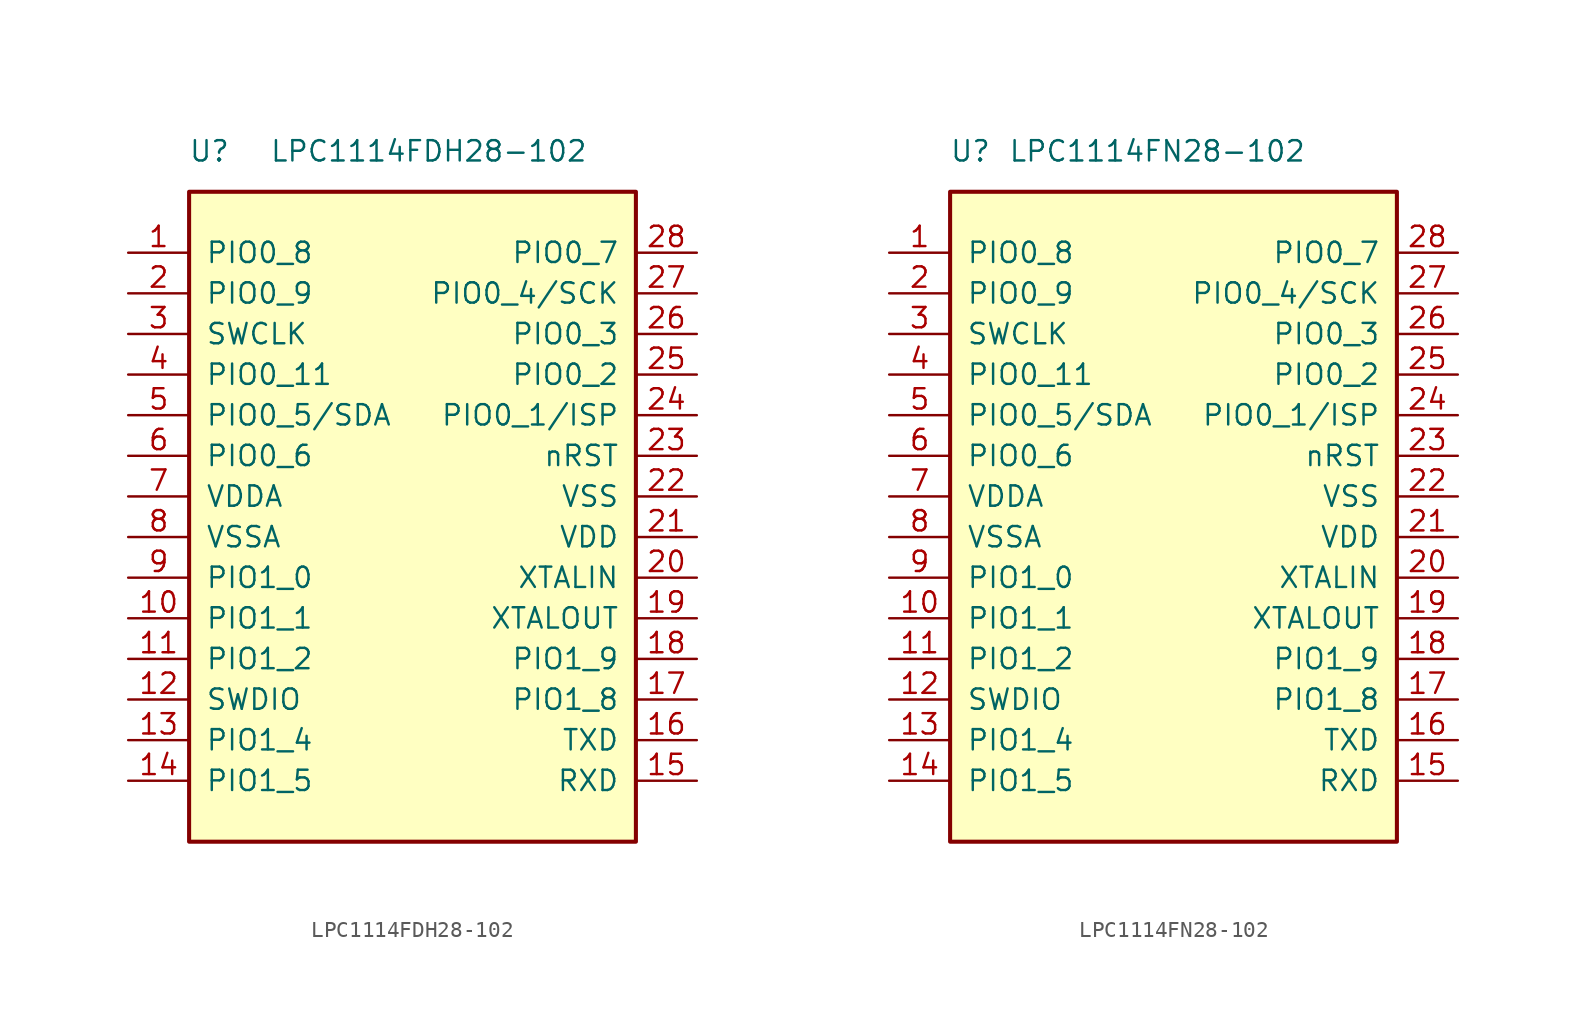
<source format=kicad_sym>
(kicad_symbol_lib
  (version 20241209)
  (generator "kicad_symbol_editor")
  (generator_version "9.0")
  (symbol "LPC1114FDH28-102"
    (pin_names
      (offset 1.016))
    (property "Reference" "U"
      (at -12.7 36.83 0)
      (effects (font (size 1.27 1.27))))
    (property "Value" "LPC1114FDH28-102"
      (at 1.016 36.83 0)
      (effects (font (size 1.27 1.27))))
    (symbol "LPC1114FDH28-102_0_1"
      (rectangle (start -13.97 34.29) (end 13.97 -6.35) (stroke (width 0.254) (type default)) (fill (type background))))
    (symbol "LPC1114FDH28-102_1_1"
      (pin bidirectional line (at -17.78 30.48 0) (length 3.81) (name "PIO0_8" (effects (font (size 1.27 1.27)))) (number "1" (effects (font (size 1.27 1.27)))))
      (pin bidirectional line (at -17.78 27.94 0) (length 3.81) (name "PIO0_9" (effects (font (size 1.27 1.27)))) (number "2" (effects (font (size 1.27 1.27)))))
      (pin bidirectional line (at -17.78 25.4 0) (length 3.81) (name "SWCLK" (effects (font (size 1.27 1.27)))) (number "3" (effects (font (size 1.27 1.27)))))
      (pin bidirectional line (at -17.78 22.86 0) (length 3.81) (name "PIO0_11" (effects (font (size 1.27 1.27)))) (number "4" (effects (font (size 1.27 1.27)))))
      (pin bidirectional line (at -17.78 20.32 0) (length 3.81) (name "PIO0_5/SDA" (effects (font (size 1.27 1.27)))) (number "5" (effects (font (size 1.27 1.27)))))
      (pin bidirectional line (at -17.78 17.78 0) (length 3.81) (name "PIO0_6" (effects (font (size 1.27 1.27)))) (number "6" (effects (font (size 1.27 1.27)))))
      (pin power_in line (at -17.78 15.24 0) (length 3.81) (name "VDDA" (effects (font (size 1.27 1.27)))) (number "7" (effects (font (size 1.27 1.27)))))
      (pin power_in line (at -17.78 12.7 0) (length 3.81) (name "VSSA" (effects (font (size 1.27 1.27)))) (number "8" (effects (font (size 1.27 1.27)))))
      (pin bidirectional line (at -17.78 10.16 0) (length 3.81) (name "PIO1_0" (effects (font (size 1.27 1.27)))) (number "9" (effects (font (size 1.27 1.27)))))
      (pin bidirectional line (at -17.78 7.62 0) (length 3.81) (name "PIO1_1" (effects (font (size 1.27 1.27)))) (number "10" (effects (font (size 1.27 1.27)))))
      (pin bidirectional line (at -17.78 5.08 0) (length 3.81) (name "PIO1_2" (effects (font (size 1.27 1.27)))) (number "11" (effects (font (size 1.27 1.27)))))
      (pin bidirectional line (at -17.78 2.54 0) (length 3.81) (name "SWDIO" (effects (font (size 1.27 1.27)))) (number "12" (effects (font (size 1.27 1.27)))))
      (pin bidirectional line (at -17.78 0 0) (length 3.81) (name "PIO1_4" (effects (font (size 1.27 1.27)))) (number "13" (effects (font (size 1.27 1.27)))))
      (pin bidirectional line (at -17.78 -2.54 0) (length 3.81) (name "PIO1_5" (effects (font (size 1.27 1.27)))) (number "14" (effects (font (size 1.27 1.27)))))
      (pin bidirectional line (at 17.78 30.48 180) (length 3.81) (name "PIO0_7" (effects (font (size 1.27 1.27)))) (number "28" (effects (font (size 1.27 1.27)))))
      (pin bidirectional line (at 17.78 27.94 180) (length 3.81) (name "PIO0_4/SCK" (effects (font (size 1.27 1.27)))) (number "27" (effects (font (size 1.27 1.27)))))
      (pin bidirectional line (at 17.78 25.4 180) (length 3.81) (name "PIO0_3" (effects (font (size 1.27 1.27)))) (number "26" (effects (font (size 1.27 1.27)))))
      (pin bidirectional line (at 17.78 22.86 180) (length 3.81) (name "PIO0_2" (effects (font (size 1.27 1.27)))) (number "25" (effects (font (size 1.27 1.27)))))
      (pin bidirectional line (at 17.78 20.32 180) (length 3.81) (name "PIO0_1/ISP" (effects (font (size 1.27 1.27)))) (number "24" (effects (font (size 1.27 1.27)))))
      (pin bidirectional line (at 17.78 17.78 180) (length 3.81) (name "nRST" (effects (font (size 1.27 1.27)))) (number "23" (effects (font (size 1.27 1.27)))))
      (pin power_in line (at 17.78 15.24 180) (length 3.81) (name "VSS" (effects (font (size 1.27 1.27)))) (number "22" (effects (font (size 1.27 1.27)))))
      (pin power_in line (at 17.78 12.7 180) (length 3.81) (name "VDD" (effects (font (size 1.27 1.27)))) (number "21" (effects (font (size 1.27 1.27)))))
      (pin input line (at 17.78 10.16 180) (length 3.81) (name "XTALIN" (effects (font (size 1.27 1.27)))) (number "20" (effects (font (size 1.27 1.27)))))
      (pin output line (at 17.78 7.62 180) (length 3.81) (name "XTALOUT" (effects (font (size 1.27 1.27)))) (number "19" (effects (font (size 1.27 1.27)))))
      (pin bidirectional line (at 17.78 5.08 180) (length 3.81) (name "PIO1_9" (effects (font (size 1.27 1.27)))) (number "18" (effects (font (size 1.27 1.27)))))
      (pin bidirectional line (at 17.78 2.54 180) (length 3.81) (name "PIO1_8" (effects (font (size 1.27 1.27)))) (number "17" (effects (font (size 1.27 1.27)))))
      (pin bidirectional line (at 17.78 0 180) (length 3.81) (name "TXD" (effects (font (size 1.27 1.27)))) (number "16" (effects (font (size 1.27 1.27)))))
      (pin bidirectional line (at 17.78 -2.54 180) (length 3.81) (name "RXD" (effects (font (size 1.27 1.27)))) (number "15" (effects (font (size 1.27 1.27)))))))
  (symbol "LPC1114FN28-102"
    (pin_names
      (offset 1.016))
    (property "Reference" "U"
      (at -12.7 36.83 0)
      (effects (font (size 1.27 1.27))))
    (property "Value" "LPC1114FN28-102"
      (at -1.016 36.83 0)
      (effects (font (size 1.27 1.27))))
    (symbol "LPC1114FN28-102_0_1"
      (rectangle (start -13.97 34.29) (end 13.97 -6.35) (stroke (width 0.254) (type default)) (fill (type background))))
    (symbol "LPC1114FN28-102_1_1"
      (pin bidirectional line (at -17.78 30.48 0) (length 3.81) (name "PIO0_8" (effects (font (size 1.27 1.27)))) (number "1" (effects (font (size 1.27 1.27)))))
      (pin bidirectional line (at -17.78 27.94 0) (length 3.81) (name "PIO0_9" (effects (font (size 1.27 1.27)))) (number "2" (effects (font (size 1.27 1.27)))))
      (pin bidirectional line (at -17.78 25.4 0) (length 3.81) (name "SWCLK" (effects (font (size 1.27 1.27)))) (number "3" (effects (font (size 1.27 1.27)))))
      (pin bidirectional line (at -17.78 22.86 0) (length 3.81) (name "PIO0_11" (effects (font (size 1.27 1.27)))) (number "4" (effects (font (size 1.27 1.27)))))
      (pin bidirectional line (at -17.78 20.32 0) (length 3.81) (name "PIO0_5/SDA" (effects (font (size 1.27 1.27)))) (number "5" (effects (font (size 1.27 1.27)))))
      (pin bidirectional line (at -17.78 17.78 0) (length 3.81) (name "PIO0_6" (effects (font (size 1.27 1.27)))) (number "6" (effects (font (size 1.27 1.27)))))
      (pin power_in line (at -17.78 15.24 0) (length 3.81) (name "VDDA" (effects (font (size 1.27 1.27)))) (number "7" (effects (font (size 1.27 1.27)))))
      (pin power_in line (at -17.78 12.7 0) (length 3.81) (name "VSSA" (effects (font (size 1.27 1.27)))) (number "8" (effects (font (size 1.27 1.27)))))
      (pin bidirectional line (at -17.78 10.16 0) (length 3.81) (name "PIO1_0" (effects (font (size 1.27 1.27)))) (number "9" (effects (font (size 1.27 1.27)))))
      (pin bidirectional line (at -17.78 7.62 0) (length 3.81) (name "PIO1_1" (effects (font (size 1.27 1.27)))) (number "10" (effects (font (size 1.27 1.27)))))
      (pin bidirectional line (at -17.78 5.08 0) (length 3.81) (name "PIO1_2" (effects (font (size 1.27 1.27)))) (number "11" (effects (font (size 1.27 1.27)))))
      (pin bidirectional line (at -17.78 2.54 0) (length 3.81) (name "SWDIO" (effects (font (size 1.27 1.27)))) (number "12" (effects (font (size 1.27 1.27)))))
      (pin bidirectional line (at -17.78 0 0) (length 3.81) (name "PIO1_4" (effects (font (size 1.27 1.27)))) (number "13" (effects (font (size 1.27 1.27)))))
      (pin bidirectional line (at -17.78 -2.54 0) (length 3.81) (name "PIO1_5" (effects (font (size 1.27 1.27)))) (number "14" (effects (font (size 1.27 1.27)))))
      (pin bidirectional line (at 17.78 30.48 180) (length 3.81) (name "PIO0_7" (effects (font (size 1.27 1.27)))) (number "28" (effects (font (size 1.27 1.27)))))
      (pin bidirectional line (at 17.78 27.94 180) (length 3.81) (name "PIO0_4/SCK" (effects (font (size 1.27 1.27)))) (number "27" (effects (font (size 1.27 1.27)))))
      (pin bidirectional line (at 17.78 25.4 180) (length 3.81) (name "PIO0_3" (effects (font (size 1.27 1.27)))) (number "26" (effects (font (size 1.27 1.27)))))
      (pin bidirectional line (at 17.78 22.86 180) (length 3.81) (name "PIO0_2" (effects (font (size 1.27 1.27)))) (number "25" (effects (font (size 1.27 1.27)))))
      (pin bidirectional line (at 17.78 20.32 180) (length 3.81) (name "PIO0_1/ISP" (effects (font (size 1.27 1.27)))) (number "24" (effects (font (size 1.27 1.27)))))
      (pin bidirectional line (at 17.78 17.78 180) (length 3.81) (name "nRST" (effects (font (size 1.27 1.27)))) (number "23" (effects (font (size 1.27 1.27)))))
      (pin power_in line (at 17.78 15.24 180) (length 3.81) (name "VSS" (effects (font (size 1.27 1.27)))) (number "22" (effects (font (size 1.27 1.27)))))
      (pin power_in line (at 17.78 12.7 180) (length 3.81) (name "VDD" (effects (font (size 1.27 1.27)))) (number "21" (effects (font (size 1.27 1.27)))))
      (pin input line (at 17.78 10.16 180) (length 3.81) (name "XTALIN" (effects (font (size 1.27 1.27)))) (number "20" (effects (font (size 1.27 1.27)))))
      (pin output line (at 17.78 7.62 180) (length 3.81) (name "XTALOUT" (effects (font (size 1.27 1.27)))) (number "19" (effects (font (size 1.27 1.27)))))
      (pin bidirectional line (at 17.78 5.08 180) (length 3.81) (name "PIO1_9" (effects (font (size 1.27 1.27)))) (number "18" (effects (font (size 1.27 1.27)))))
      (pin bidirectional line (at 17.78 2.54 180) (length 3.81) (name "PIO1_8" (effects (font (size 1.27 1.27)))) (number "17" (effects (font (size 1.27 1.27)))))
      (pin bidirectional line (at 17.78 0 180) (length 3.81) (name "TXD" (effects (font (size 1.27 1.27)))) (number "16" (effects (font (size 1.27 1.27)))))
      (pin bidirectional line (at 17.78 -2.54 180) (length 3.81) (name "RXD" (effects (font (size 1.27 1.27)))) (number "15" (effects (font (size 1.27 1.27))))))))
</source>
